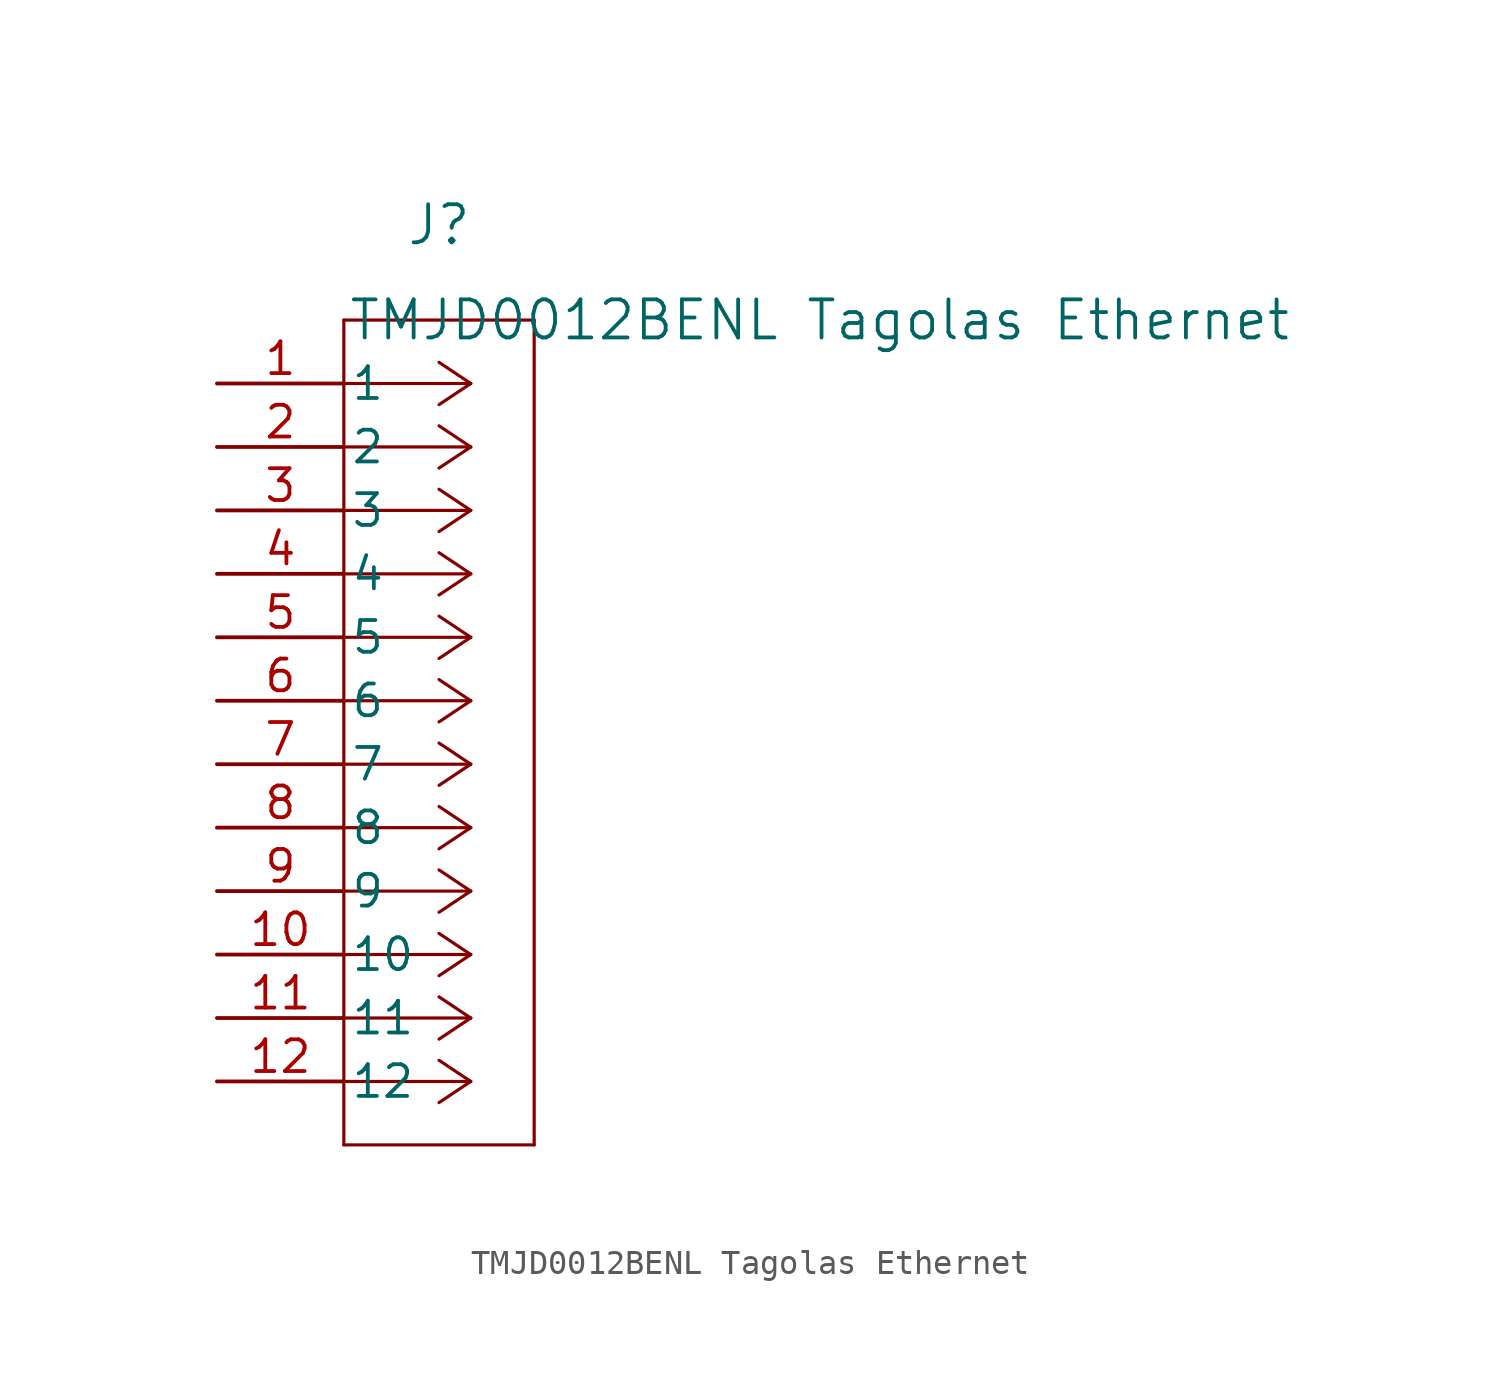
<source format=kicad_sym>
(kicad_symbol_lib
  (version 20220914)
  (generator kicad_symbol_editor)
  (symbol "TMJD0012BENL Tagolas Ethernet"
    (pin_names
      (offset 0.254))
    (property "Reference" "J"
      (at 8.89 6.35 0)
      (effects (font (size 1.524 1.524))))
    (property "Value" "TMJD0012BENL Tagolas Ethernet"
      (at 24.13 2.54 0)
      (effects (font (size 1.524 1.524))))
    (property "ki_locked" ""
      (at 0 0 0)
      (effects (font (size 1.27 1.27))))
    (symbol "TMJD0012BENL Tagolas Ethernet_0_1"
      (polyline (pts (xy 5.08 -30.48) (xy 12.7 -30.48)) (stroke (width 0.127) (type default)) (fill (type none)))
      (polyline (pts (xy 5.08 2.54) (xy 5.08 -30.48)) (stroke (width 0.127) (type default)) (fill (type none)))
      (polyline (pts (xy 10.16 -27.94) (xy 5.08 -27.94)) (stroke (width 0.127) (type default)) (fill (type none)))
      (polyline (pts (xy 10.16 -27.94) (xy 8.89 -28.787)) (stroke (width 0.127) (type default)) (fill (type none)))
      (polyline (pts (xy 10.16 -27.94) (xy 8.89 -27.093)) (stroke (width 0.127) (type default)) (fill (type none)))
      (polyline (pts (xy 10.16 -25.4) (xy 5.08 -25.4)) (stroke (width 0.127) (type default)) (fill (type none)))
      (polyline (pts (xy 10.16 -25.4) (xy 8.89 -26.247)) (stroke (width 0.127) (type default)) (fill (type none)))
      (polyline (pts (xy 10.16 -25.4) (xy 8.89 -24.553)) (stroke (width 0.127) (type default)) (fill (type none)))
      (polyline (pts (xy 10.16 -22.86) (xy 5.08 -22.86)) (stroke (width 0.127) (type default)) (fill (type none)))
      (polyline (pts (xy 10.16 -22.86) (xy 8.89 -23.707)) (stroke (width 0.127) (type default)) (fill (type none)))
      (polyline (pts (xy 10.16 -22.86) (xy 8.89 -22.013)) (stroke (width 0.127) (type default)) (fill (type none)))
      (polyline (pts (xy 10.16 -20.32) (xy 5.08 -20.32)) (stroke (width 0.127) (type default)) (fill (type none)))
      (polyline (pts (xy 10.16 -20.32) (xy 8.89 -21.167)) (stroke (width 0.127) (type default)) (fill (type none)))
      (polyline (pts (xy 10.16 -20.32) (xy 8.89 -19.473)) (stroke (width 0.127) (type default)) (fill (type none)))
      (polyline (pts (xy 10.16 -17.78) (xy 5.08 -17.78)) (stroke (width 0.127) (type default)) (fill (type none)))
      (polyline (pts (xy 10.16 -17.78) (xy 8.89 -18.627)) (stroke (width 0.127) (type default)) (fill (type none)))
      (polyline (pts (xy 10.16 -17.78) (xy 8.89 -16.933)) (stroke (width 0.127) (type default)) (fill (type none)))
      (polyline (pts (xy 10.16 -15.24) (xy 5.08 -15.24)) (stroke (width 0.127) (type default)) (fill (type none)))
      (polyline (pts (xy 10.16 -15.24) (xy 8.89 -16.087)) (stroke (width 0.127) (type default)) (fill (type none)))
      (polyline (pts (xy 10.16 -15.24) (xy 8.89 -14.393)) (stroke (width 0.127) (type default)) (fill (type none)))
      (polyline (pts (xy 10.16 -12.7) (xy 5.08 -12.7)) (stroke (width 0.127) (type default)) (fill (type none)))
      (polyline (pts (xy 10.16 -12.7) (xy 8.89 -13.547)) (stroke (width 0.127) (type default)) (fill (type none)))
      (polyline (pts (xy 10.16 -12.7) (xy 8.89 -11.853)) (stroke (width 0.127) (type default)) (fill (type none)))
      (polyline (pts (xy 10.16 -10.16) (xy 5.08 -10.16)) (stroke (width 0.127) (type default)) (fill (type none)))
      (polyline (pts (xy 10.16 -10.16) (xy 8.89 -11.007)) (stroke (width 0.127) (type default)) (fill (type none)))
      (polyline (pts (xy 10.16 -10.16) (xy 8.89 -9.313)) (stroke (width 0.127) (type default)) (fill (type none)))
      (polyline (pts (xy 10.16 -7.62) (xy 5.08 -7.62)) (stroke (width 0.127) (type default)) (fill (type none)))
      (polyline (pts (xy 10.16 -7.62) (xy 8.89 -8.467)) (stroke (width 0.127) (type default)) (fill (type none)))
      (polyline (pts (xy 10.16 -7.62) (xy 8.89 -6.773)) (stroke (width 0.127) (type default)) (fill (type none)))
      (polyline (pts (xy 10.16 -5.08) (xy 5.08 -5.08)) (stroke (width 0.127) (type default)) (fill (type none)))
      (polyline (pts (xy 10.16 -5.08) (xy 8.89 -5.927)) (stroke (width 0.127) (type default)) (fill (type none)))
      (polyline (pts (xy 10.16 -5.08) (xy 8.89 -4.233)) (stroke (width 0.127) (type default)) (fill (type none)))
      (polyline (pts (xy 10.16 -2.54) (xy 5.08 -2.54)) (stroke (width 0.127) (type default)) (fill (type none)))
      (polyline (pts (xy 10.16 -2.54) (xy 8.89 -3.387)) (stroke (width 0.127) (type default)) (fill (type none)))
      (polyline (pts (xy 10.16 -2.54) (xy 8.89 -1.693)) (stroke (width 0.127) (type default)) (fill (type none)))
      (polyline (pts (xy 10.16 0) (xy 5.08 0)) (stroke (width 0.127) (type default)) (fill (type none)))
      (polyline (pts (xy 10.16 0) (xy 8.89 -0.847)) (stroke (width 0.127) (type default)) (fill (type none)))
      (polyline (pts (xy 10.16 0) (xy 8.89 0.847)) (stroke (width 0.127) (type default)) (fill (type none)))
      (polyline (pts (xy 12.7 -30.48) (xy 12.7 2.54)) (stroke (width 0.127) (type default)) (fill (type none)))
      (polyline (pts (xy 12.7 2.54) (xy 5.08 2.54)) (stroke (width 0.127) (type default)) (fill (type none)))
      (pin unspecified line (at 0 0 0) (length 5.08) (name "1" (effects (font (size 1.27 1.27)))) (number "1" (effects (font (size 1.27 1.27)))))
      (pin unspecified line (at 0 -22.86 0) (length 5.08) (name "10" (effects (font (size 1.27 1.27)))) (number "10" (effects (font (size 1.27 1.27)))))
      (pin unspecified line (at 0 -25.4 0) (length 5.08) (name "11" (effects (font (size 1.27 1.27)))) (number "11" (effects (font (size 1.27 1.27)))))
      (pin unspecified line (at 0 -27.94 0) (length 5.08) (name "12" (effects (font (size 1.27 1.27)))) (number "12" (effects (font (size 1.27 1.27)))))
      (pin unspecified line (at 0 -2.54 0) (length 5.08) (name "2" (effects (font (size 1.27 1.27)))) (number "2" (effects (font (size 1.27 1.27)))))
      (pin unspecified line (at 0 -5.08 0) (length 5.08) (name "3" (effects (font (size 1.27 1.27)))) (number "3" (effects (font (size 1.27 1.27)))))
      (pin unspecified line (at 0 -7.62 0) (length 5.08) (name "4" (effects (font (size 1.27 1.27)))) (number "4" (effects (font (size 1.27 1.27)))))
      (pin unspecified line (at 0 -10.16 0) (length 5.08) (name "5" (effects (font (size 1.27 1.27)))) (number "5" (effects (font (size 1.27 1.27)))))
      (pin unspecified line (at 0 -12.7 0) (length 5.08) (name "6" (effects (font (size 1.27 1.27)))) (number "6" (effects (font (size 1.27 1.27)))))
      (pin unspecified line (at 0 -15.24 0) (length 5.08) (name "7" (effects (font (size 1.27 1.27)))) (number "7" (effects (font (size 1.27 1.27)))))
      (pin unspecified line (at 0 -17.78 0) (length 5.08) (name "8" (effects (font (size 1.27 1.27)))) (number "8" (effects (font (size 1.27 1.27)))))
      (pin unspecified line (at 0 -20.32 0) (length 5.08) (name "9" (effects (font (size 1.27 1.27)))) (number "9" (effects (font (size 1.27 1.27))))))))
</source>
